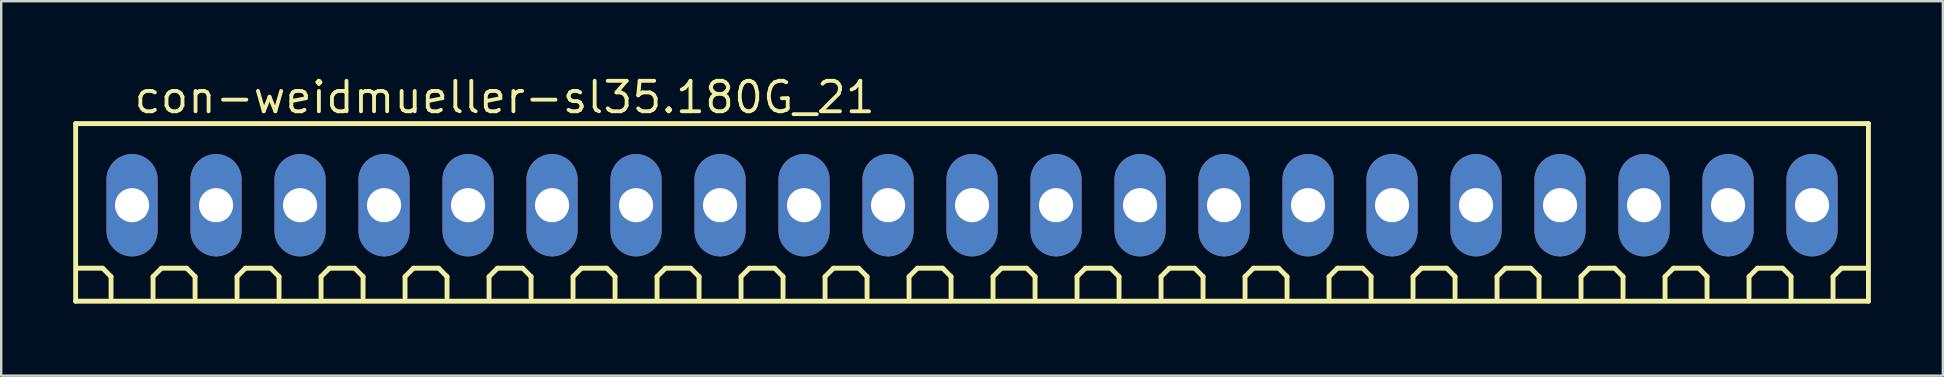
<source format=kicad_pcb>
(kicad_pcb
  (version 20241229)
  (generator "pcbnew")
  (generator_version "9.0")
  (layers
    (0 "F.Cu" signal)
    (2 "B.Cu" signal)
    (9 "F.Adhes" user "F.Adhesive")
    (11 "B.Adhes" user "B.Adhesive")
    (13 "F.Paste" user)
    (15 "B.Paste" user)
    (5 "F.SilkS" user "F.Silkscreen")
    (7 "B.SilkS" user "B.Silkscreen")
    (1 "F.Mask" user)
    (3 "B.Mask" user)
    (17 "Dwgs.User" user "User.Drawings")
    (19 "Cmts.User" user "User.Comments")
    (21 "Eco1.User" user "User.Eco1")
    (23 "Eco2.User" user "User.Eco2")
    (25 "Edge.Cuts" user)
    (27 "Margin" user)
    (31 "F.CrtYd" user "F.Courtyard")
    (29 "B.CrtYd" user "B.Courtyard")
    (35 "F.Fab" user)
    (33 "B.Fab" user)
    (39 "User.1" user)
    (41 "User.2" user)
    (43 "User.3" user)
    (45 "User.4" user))
  (footprint "con-weidmueller-sl35.180G_21"
    (layer "F.Cu")
    (at 37.452 5.5)
    (property "Reference" "con-weidmueller-sl35.180G_21" (at -35 -3.75 0) (layer "F.SilkS") (effects (font (size 1.27 1.27) (thickness 0.16)) (justify left bottom)))
    (attr through_hole)
    (fp_line (start -37.35 -3.4) (end 37.35 -3.4) (stroke (width 0.203) (type default)) (layer "F.SilkS"))
    (fp_line (start -37.35 4) (end -37.35 -3.4) (stroke (width 0.203) (type default)) (layer "F.SilkS"))
    (fp_line (start -36.225 2.625) (end -37.275 2.625) (stroke (width 0.203) (type default)) (layer "F.SilkS"))
    (fp_line (start -35.875 2.975) (end -36.225 2.625) (stroke (width 0.203) (type default)) (layer "F.SilkS"))
    (fp_line (start -35.875 3.85) (end -35.875 2.975) (stroke (width 0.203) (type default)) (layer "F.SilkS"))
    (fp_line (start -34.125 2.975) (end -33.775 2.625) (stroke (width 0.203) (type default)) (layer "F.SilkS"))
    (fp_line (start -34.125 3.85) (end -34.125 2.975) (stroke (width 0.203) (type default)) (layer "F.SilkS"))
    (fp_line (start -33.775 2.625) (end -32.725 2.625) (stroke (width 0.203) (type default)) (layer "F.SilkS"))
    (fp_line (start -32.725 2.625) (end -32.375 2.975) (stroke (width 0.203) (type default)) (layer "F.SilkS"))
    (fp_line (start -32.375 2.975) (end -32.375 3.85) (stroke (width 0.203) (type default)) (layer "F.SilkS"))
    (fp_line (start -30.625 2.975) (end -30.275 2.625) (stroke (width 0.203) (type default)) (layer "F.SilkS"))
    (fp_line (start -30.625 3.85) (end -30.625 2.975) (stroke (width 0.203) (type default)) (layer "F.SilkS"))
    (fp_line (start -30.275 2.625) (end -29.225 2.625) (stroke (width 0.203) (type default)) (layer "F.SilkS"))
    (fp_line (start -29.225 2.625) (end -28.875 2.975) (stroke (width 0.203) (type default)) (layer "F.SilkS"))
    (fp_line (start -28.875 2.975) (end -28.875 3.85) (stroke (width 0.203) (type default)) (layer "F.SilkS"))
    (fp_line (start -27.125 2.975) (end -26.775 2.625) (stroke (width 0.203) (type default)) (layer "F.SilkS"))
    (fp_line (start -27.125 3.85) (end -27.125 2.975) (stroke (width 0.203) (type default)) (layer "F.SilkS"))
    (fp_line (start -26.775 2.625) (end -25.725 2.625) (stroke (width 0.203) (type default)) (layer "F.SilkS"))
    (fp_line (start -25.725 2.625) (end -25.375 2.975) (stroke (width 0.203) (type default)) (layer "F.SilkS"))
    (fp_line (start -25.375 2.975) (end -25.375 3.85) (stroke (width 0.203) (type default)) (layer "F.SilkS"))
    (fp_line (start -23.625 2.975) (end -23.275 2.625) (stroke (width 0.203) (type default)) (layer "F.SilkS"))
    (fp_line (start -23.625 3.85) (end -23.625 2.975) (stroke (width 0.203) (type default)) (layer "F.SilkS"))
    (fp_line (start -23.275 2.625) (end -22.225 2.625) (stroke (width 0.203) (type default)) (layer "F.SilkS"))
    (fp_line (start -22.225 2.625) (end -21.875 2.975) (stroke (width 0.203) (type default)) (layer "F.SilkS"))
    (fp_line (start -21.875 2.975) (end -21.875 3.85) (stroke (width 0.203) (type default)) (layer "F.SilkS"))
    (fp_line (start -20.125 2.975) (end -19.775 2.625) (stroke (width 0.203) (type default)) (layer "F.SilkS"))
    (fp_line (start -20.125 3.85) (end -20.125 2.975) (stroke (width 0.203) (type default)) (layer "F.SilkS"))
    (fp_line (start -19.775 2.625) (end -18.725 2.625) (stroke (width 0.203) (type default)) (layer "F.SilkS"))
    (fp_line (start -18.725 2.625) (end -18.375 2.975) (stroke (width 0.203) (type default)) (layer "F.SilkS"))
    (fp_line (start -18.375 2.975) (end -18.375 3.85) (stroke (width 0.203) (type default)) (layer "F.SilkS"))
    (fp_line (start -16.625 2.975) (end -16.275 2.625) (stroke (width 0.203) (type default)) (layer "F.SilkS"))
    (fp_line (start -16.625 3.85) (end -16.625 2.975) (stroke (width 0.203) (type default)) (layer "F.SilkS"))
    (fp_line (start -16.275 2.625) (end -15.225 2.625) (stroke (width 0.203) (type default)) (layer "F.SilkS"))
    (fp_line (start -15.225 2.625) (end -14.875 2.975) (stroke (width 0.203) (type default)) (layer "F.SilkS"))
    (fp_line (start -14.875 2.975) (end -14.875 3.85) (stroke (width 0.203) (type default)) (layer "F.SilkS"))
    (fp_line (start -13.125 2.975) (end -12.775 2.625) (stroke (width 0.203) (type default)) (layer "F.SilkS"))
    (fp_line (start -13.125 3.85) (end -13.125 2.975) (stroke (width 0.203) (type default)) (layer "F.SilkS"))
    (fp_line (start -12.775 2.625) (end -11.725 2.625) (stroke (width 0.203) (type default)) (layer "F.SilkS"))
    (fp_line (start -11.725 2.625) (end -11.375 2.975) (stroke (width 0.203) (type default)) (layer "F.SilkS"))
    (fp_line (start -11.375 2.975) (end -11.375 3.85) (stroke (width 0.203) (type default)) (layer "F.SilkS"))
    (fp_line (start -9.625 2.975) (end -9.275 2.625) (stroke (width 0.203) (type default)) (layer "F.SilkS"))
    (fp_line (start -9.625 3.85) (end -9.625 2.975) (stroke (width 0.203) (type default)) (layer "F.SilkS"))
    (fp_line (start -9.275 2.625) (end -8.225 2.625) (stroke (width 0.203) (type default)) (layer "F.SilkS"))
    (fp_line (start -8.225 2.625) (end -7.875 2.975) (stroke (width 0.203) (type default)) (layer "F.SilkS"))
    (fp_line (start -7.875 2.975) (end -7.875 3.85) (stroke (width 0.203) (type default)) (layer "F.SilkS"))
    (fp_line (start -6.125 2.975) (end -5.775 2.625) (stroke (width 0.203) (type default)) (layer "F.SilkS"))
    (fp_line (start -6.125 3.85) (end -6.125 2.975) (stroke (width 0.203) (type default)) (layer "F.SilkS"))
    (fp_line (start -5.775 2.625) (end -4.725 2.625) (stroke (width 0.203) (type default)) (layer "F.SilkS"))
    (fp_line (start -4.725 2.625) (end -4.375 2.975) (stroke (width 0.203) (type default)) (layer "F.SilkS"))
    (fp_line (start -4.375 2.975) (end -4.375 3.85) (stroke (width 0.203) (type default)) (layer "F.SilkS"))
    (fp_line (start -2.625 2.975) (end -2.275 2.625) (stroke (width 0.203) (type default)) (layer "F.SilkS"))
    (fp_line (start -2.625 3.85) (end -2.625 2.975) (stroke (width 0.203) (type default)) (layer "F.SilkS"))
    (fp_line (start -2.275 2.625) (end -1.225 2.625) (stroke (width 0.203) (type default)) (layer "F.SilkS"))
    (fp_line (start -1.225 2.625) (end -0.875 2.975) (stroke (width 0.203) (type default)) (layer "F.SilkS"))
    (fp_line (start -0.875 2.975) (end -0.875 3.85) (stroke (width 0.203) (type default)) (layer "F.SilkS"))
    (fp_line (start 0.875 2.975) (end 1.225 2.625) (stroke (width 0.203) (type default)) (layer "F.SilkS"))
    (fp_line (start 0.875 3.85) (end 0.875 2.975) (stroke (width 0.203) (type default)) (layer "F.SilkS"))
    (fp_line (start 1.225 2.625) (end 2.275 2.625) (stroke (width 0.203) (type default)) (layer "F.SilkS"))
    (fp_line (start 2.275 2.625) (end 2.625 2.975) (stroke (width 0.203) (type default)) (layer "F.SilkS"))
    (fp_line (start 2.625 2.975) (end 2.625 3.85) (stroke (width 0.203) (type default)) (layer "F.SilkS"))
    (fp_line (start 4.375 2.975) (end 4.725 2.625) (stroke (width 0.203) (type default)) (layer "F.SilkS"))
    (fp_line (start 4.375 3.85) (end 4.375 2.975) (stroke (width 0.203) (type default)) (layer "F.SilkS"))
    (fp_line (start 4.725 2.625) (end 5.775 2.625) (stroke (width 0.203) (type default)) (layer "F.SilkS"))
    (fp_line (start 5.775 2.625) (end 6.125 2.975) (stroke (width 0.203) (type default)) (layer "F.SilkS"))
    (fp_line (start 6.125 2.975) (end 6.125 3.85) (stroke (width 0.203) (type default)) (layer "F.SilkS"))
    (fp_line (start 7.875 2.975) (end 8.225 2.625) (stroke (width 0.203) (type default)) (layer "F.SilkS"))
    (fp_line (start 7.875 3.85) (end 7.875 2.975) (stroke (width 0.203) (type default)) (layer "F.SilkS"))
    (fp_line (start 8.225 2.625) (end 9.275 2.625) (stroke (width 0.203) (type default)) (layer "F.SilkS"))
    (fp_line (start 9.275 2.625) (end 9.625 2.975) (stroke (width 0.203) (type default)) (layer "F.SilkS"))
    (fp_line (start 9.625 2.975) (end 9.625 3.85) (stroke (width 0.203) (type default)) (layer "F.SilkS"))
    (fp_line (start 11.375 2.975) (end 11.725 2.625) (stroke (width 0.203) (type default)) (layer "F.SilkS"))
    (fp_line (start 11.375 3.85) (end 11.375 2.975) (stroke (width 0.203) (type default)) (layer "F.SilkS"))
    (fp_line (start 11.725 2.625) (end 12.775 2.625) (stroke (width 0.203) (type default)) (layer "F.SilkS"))
    (fp_line (start 12.775 2.625) (end 13.125 2.975) (stroke (width 0.203) (type default)) (layer "F.SilkS"))
    (fp_line (start 13.125 2.975) (end 13.125 3.85) (stroke (width 0.203) (type default)) (layer "F.SilkS"))
    (fp_line (start 14.875 2.975) (end 15.225 2.625) (stroke (width 0.203) (type default)) (layer "F.SilkS"))
    (fp_line (start 14.875 3.85) (end 14.875 2.975) (stroke (width 0.203) (type default)) (layer "F.SilkS"))
    (fp_line (start 15.225 2.625) (end 16.275 2.625) (stroke (width 0.203) (type default)) (layer "F.SilkS"))
    (fp_line (start 16.275 2.625) (end 16.625 2.975) (stroke (width 0.203) (type default)) (layer "F.SilkS"))
    (fp_line (start 16.625 2.975) (end 16.625 3.85) (stroke (width 0.203) (type default)) (layer "F.SilkS"))
    (fp_line (start 18.375 2.975) (end 18.725 2.625) (stroke (width 0.203) (type default)) (layer "F.SilkS"))
    (fp_line (start 18.375 3.85) (end 18.375 2.975) (stroke (width 0.203) (type default)) (layer "F.SilkS"))
    (fp_line (start 18.725 2.625) (end 19.775 2.625) (stroke (width 0.203) (type default)) (layer "F.SilkS"))
    (fp_line (start 19.775 2.625) (end 20.125 2.975) (stroke (width 0.203) (type default)) (layer "F.SilkS"))
    (fp_line (start 20.125 2.975) (end 20.125 3.85) (stroke (width 0.203) (type default)) (layer "F.SilkS"))
    (fp_line (start 21.875 2.975) (end 22.225 2.625) (stroke (width 0.203) (type default)) (layer "F.SilkS"))
    (fp_line (start 21.875 3.85) (end 21.875 2.975) (stroke (width 0.203) (type default)) (layer "F.SilkS"))
    (fp_line (start 22.225 2.625) (end 23.275 2.625) (stroke (width 0.203) (type default)) (layer "F.SilkS"))
    (fp_line (start 23.275 2.625) (end 23.625 2.975) (stroke (width 0.203) (type default)) (layer "F.SilkS"))
    (fp_line (start 23.625 2.975) (end 23.625 3.85) (stroke (width 0.203) (type default)) (layer "F.SilkS"))
    (fp_line (start 25.375 2.975) (end 25.725 2.625) (stroke (width 0.203) (type default)) (layer "F.SilkS"))
    (fp_line (start 25.375 3.85) (end 25.375 2.975) (stroke (width 0.203) (type default)) (layer "F.SilkS"))
    (fp_line (start 25.725 2.625) (end 26.775 2.625) (stroke (width 0.203) (type default)) (layer "F.SilkS"))
    (fp_line (start 26.775 2.625) (end 27.125 2.975) (stroke (width 0.203) (type default)) (layer "F.SilkS"))
    (fp_line (start 27.125 2.975) (end 27.125 3.85) (stroke (width 0.203) (type default)) (layer "F.SilkS"))
    (fp_line (start 28.875 2.975) (end 29.225 2.625) (stroke (width 0.203) (type default)) (layer "F.SilkS"))
    (fp_line (start 28.875 3.85) (end 28.875 2.975) (stroke (width 0.203) (type default)) (layer "F.SilkS"))
    (fp_line (start 29.225 2.625) (end 30.275 2.625) (stroke (width 0.203) (type default)) (layer "F.SilkS"))
    (fp_line (start 30.275 2.625) (end 30.625 2.975) (stroke (width 0.203) (type default)) (layer "F.SilkS"))
    (fp_line (start 30.625 2.975) (end 30.625 3.85) (stroke (width 0.203) (type default)) (layer "F.SilkS"))
    (fp_line (start 32.375 2.975) (end 32.725 2.625) (stroke (width 0.203) (type default)) (layer "F.SilkS"))
    (fp_line (start 32.375 3.85) (end 32.375 2.975) (stroke (width 0.203) (type default)) (layer "F.SilkS"))
    (fp_line (start 32.725 2.625) (end 33.775 2.625) (stroke (width 0.203) (type default)) (layer "F.SilkS"))
    (fp_line (start 33.775 2.625) (end 34.125 2.975) (stroke (width 0.203) (type default)) (layer "F.SilkS"))
    (fp_line (start 34.125 2.975) (end 34.125 3.85) (stroke (width 0.203) (type default)) (layer "F.SilkS"))
    (fp_line (start 35.875 2.975) (end 36.225 2.625) (stroke (width 0.203) (type default)) (layer "F.SilkS"))
    (fp_line (start 35.875 3.85) (end 35.875 2.975) (stroke (width 0.203) (type default)) (layer "F.SilkS"))
    (fp_line (start 36.225 2.625) (end 37.275 2.625) (stroke (width 0.203) (type default)) (layer "F.SilkS"))
    (fp_line (start 37.35 -3.4) (end 37.35 4) (stroke (width 0.203) (type default)) (layer "F.SilkS"))
    (fp_line (start 37.35 4) (end -37.35 4) (stroke (width 0.203) (type default)) (layer "F.SilkS"))
    (pad "1" thru_hole oval (at -35 0 90) (size 4.267 2.134) (drill 1.422) (layers "*.Cu" "*.Mask"))
    (pad "2" thru_hole oval (at -31.5 0 90) (size 4.267 2.134) (drill 1.422) (layers "*.Cu" "*.Mask"))
    (pad "3" thru_hole oval (at -28 0 90) (size 4.267 2.134) (drill 1.422) (layers "*.Cu" "*.Mask"))
    (pad "4" thru_hole oval (at -24.5 0 90) (size 4.267 2.134) (drill 1.422) (layers "*.Cu" "*.Mask"))
    (pad "5" thru_hole oval (at -21 0 90) (size 4.267 2.134) (drill 1.422) (layers "*.Cu" "*.Mask"))
    (pad "6" thru_hole oval (at -17.5 0 90) (size 4.267 2.134) (drill 1.422) (layers "*.Cu" "*.Mask"))
    (pad "7" thru_hole oval (at -14 0 90) (size 4.267 2.134) (drill 1.422) (layers "*.Cu" "*.Mask"))
    (pad "8" thru_hole oval (at -10.5 0 90) (size 4.267 2.134) (drill 1.422) (layers "*.Cu" "*.Mask"))
    (pad "9" thru_hole oval (at -7 0 90) (size 4.267 2.134) (drill 1.422) (layers "*.Cu" "*.Mask"))
    (pad "10" thru_hole oval (at -3.5 0 90) (size 4.267 2.134) (drill 1.422) (layers "*.Cu" "*.Mask"))
    (pad "11" thru_hole oval (at 0 0 90) (size 4.267 2.134) (drill 1.422) (layers "*.Cu" "*.Mask"))
    (pad "12" thru_hole oval (at 3.5 0 90) (size 4.267 2.134) (drill 1.422) (layers "*.Cu" "*.Mask"))
    (pad "13" thru_hole oval (at 7 0 90) (size 4.267 2.134) (drill 1.422) (layers "*.Cu" "*.Mask"))
    (pad "14" thru_hole oval (at 10.5 0 90) (size 4.267 2.134) (drill 1.422) (layers "*.Cu" "*.Mask"))
    (pad "15" thru_hole oval (at 14 0 90) (size 4.267 2.134) (drill 1.422) (layers "*.Cu" "*.Mask"))
    (pad "16" thru_hole oval (at 17.5 0 90) (size 4.267 2.134) (drill 1.422) (layers "*.Cu" "*.Mask"))
    (pad "17" thru_hole oval (at 21 0 90) (size 4.267 2.134) (drill 1.422) (layers "*.Cu" "*.Mask"))
    (pad "18" thru_hole oval (at 24.5 0 90) (size 4.267 2.134) (drill 1.422) (layers "*.Cu" "*.Mask"))
    (pad "19" thru_hole oval (at 28 0 90) (size 4.267 2.134) (drill 1.422) (layers "*.Cu" "*.Mask"))
    (pad "20" thru_hole oval (at 31.5 0 90) (size 4.267 2.134) (drill 1.422) (layers "*.Cu" "*.Mask"))
    (pad "21" thru_hole oval (at 35 0 90) (size 4.267 2.134) (drill 1.422) (layers "*.Cu" "*.Mask")))
  (gr_rect
    (start -3 -3)
    (end 77.903 12.602)
    (stroke (width 0.1) (type default))
    (fill no)
    (layer "Edge.Cuts")))
</source>
